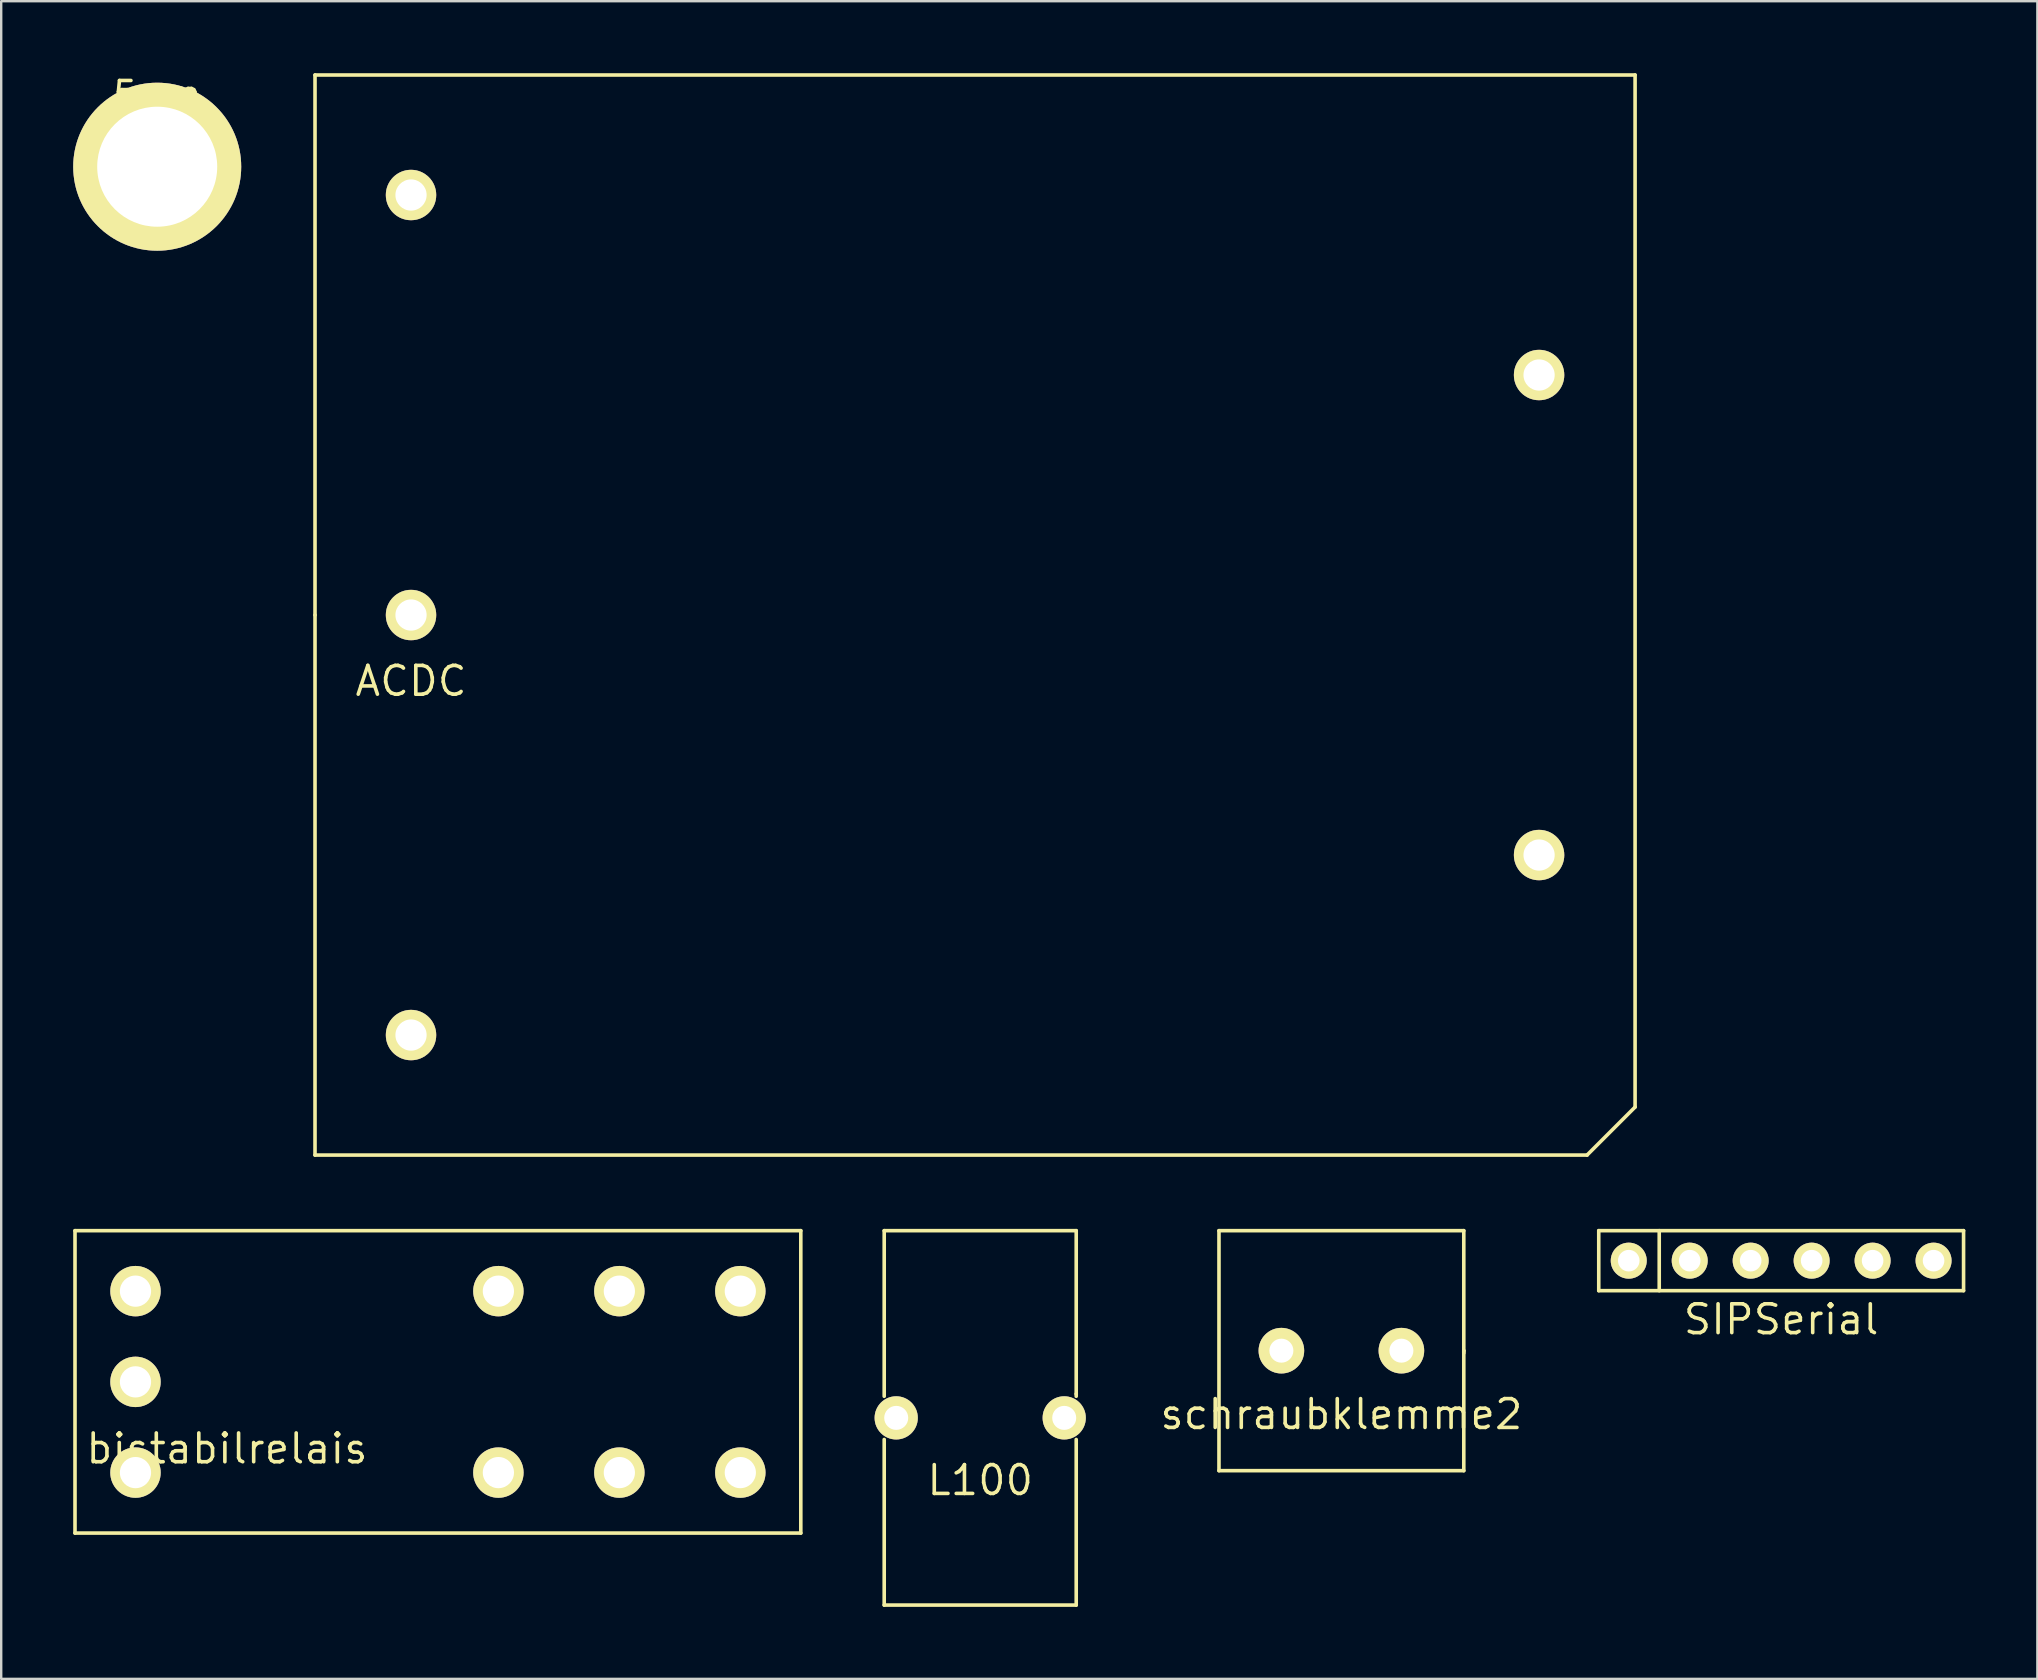
<source format=kicad_pcb>
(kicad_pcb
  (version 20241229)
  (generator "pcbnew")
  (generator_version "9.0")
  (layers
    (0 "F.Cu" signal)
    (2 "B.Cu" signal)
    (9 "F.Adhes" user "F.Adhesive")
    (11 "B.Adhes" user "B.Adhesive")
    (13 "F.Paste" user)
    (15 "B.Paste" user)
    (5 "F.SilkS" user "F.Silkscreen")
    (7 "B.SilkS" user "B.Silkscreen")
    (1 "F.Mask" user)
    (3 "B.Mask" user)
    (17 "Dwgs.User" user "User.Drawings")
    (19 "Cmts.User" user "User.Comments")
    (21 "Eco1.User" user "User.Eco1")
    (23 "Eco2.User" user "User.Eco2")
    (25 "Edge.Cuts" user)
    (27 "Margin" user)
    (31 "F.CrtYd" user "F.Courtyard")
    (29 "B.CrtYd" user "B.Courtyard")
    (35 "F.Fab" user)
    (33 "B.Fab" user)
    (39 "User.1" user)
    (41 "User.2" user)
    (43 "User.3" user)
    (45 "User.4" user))
  (footprint "bistabilrelais"
    (layer "F.Cu")
    (at 2.595 50.745)
    (property "Reference" "bistabilrelais" (at 3.81 6.56 0) (layer "F.SilkS") (effects (font (size 1.2 1.2) (thickness 0.15))))
    (attr through_hole)
    (fp_line (start -2.52 -2.52) (end 27.72 -2.52) (stroke (width 0.15) (type solid)) (layer "F.SilkS"))
    (fp_line (start -2.52 10.08) (end -2.52 -2.52) (stroke (width 0.15) (type solid)) (layer "F.SilkS"))
    (fp_line (start 27.72 -2.52) (end 27.72 10.08) (stroke (width 0.15) (type solid)) (layer "F.SilkS"))
    (fp_line (start 27.72 10.08) (end -2.52 10.08) (stroke (width 0.15) (type solid)) (layer "F.SilkS"))
    (pad "1" thru_hole circle (at 0 0) (size 2.1 2.1) (drill 1.3) (layers "*.Cu" "*.Mask" "F.SilkS"))
    (pad "2" thru_hole circle (at 0 3.78) (size 2.1 2.1) (drill 1.3) (layers "*.Cu" "*.Mask" "F.SilkS"))
    (pad "3" thru_hole circle (at 0 7.56) (size 2.1 2.1) (drill 1.3) (layers "*.Cu" "*.Mask" "F.SilkS"))
    (pad "4" thru_hole circle (at 15.12 7.56) (size 2.1 2.1) (drill 1.3) (layers "*.Cu" "*.Mask" "F.SilkS"))
    (pad "5" thru_hole circle (at 20.16 7.56) (size 2.1 2.1) (drill 1.3) (layers "*.Cu" "*.Mask" "F.SilkS"))
    (pad "6" thru_hole circle (at 25.2 7.56) (size 2.1 2.1) (drill 1.3) (layers "*.Cu" "*.Mask" "F.SilkS"))
    (pad "7" thru_hole circle (at 25.2 0) (size 2.1 2.1) (drill 1.3) (layers "*.Cu" "*.Mask" "F.SilkS"))
    (pad "8" thru_hole circle (at 20.16 0) (size 2.1 2.1) (drill 1.3) (layers "*.Cu" "*.Mask" "F.SilkS"))
    (pad "9" thru_hole circle (at 15.12 0) (size 2.1 2.1) (drill 1.3) (layers "*.Cu" "*.Mask" "F.SilkS")))
  (footprint "5mm"
    (layer "F.Cu")
    (at 3.5 3.896)
    (property "Reference" "5mm" (at 0 -3.048 0) (layer "F.SilkS") (effects (font (size 1 1) (thickness 0.15))))
    (attr through_hole)
    (fp_circle (center 0 0) (end 0 -2.286) (stroke (width 0.15) (type solid)) (fill no) (layer "F.SilkS"))
    (pad "1" thru_hole circle (at 0 0) (size 7 7) (drill 5) (layers "*.Cu" "*.Mask" "F.SilkS")))
  (footprint "schraubklemme2"
    (layer "F.Cu")
    (at 52.838 53.225)
    (property "Reference" "schraubklemme2" (at 0 2.65 0) (layer "F.SilkS") (effects (font (size 1.2 1.2) (thickness 0.15))))
    (attr through_hole)
    (fp_line (start -5.1 -5) (end -5.1 5) (stroke (width 0.15) (type solid)) (layer "F.SilkS"))
    (fp_line (start -5.1 5) (end 5.1 5) (stroke (width 0.15) (type solid)) (layer "F.SilkS"))
    (fp_line (start 5.1 -5) (end -5.1 -5) (stroke (width 0.15) (type solid)) (layer "F.SilkS"))
    (fp_line (start 5.1 0) (end 5.1 -5) (stroke (width 0.15) (type solid)) (layer "F.SilkS"))
    (fp_line (start 5.1 0) (end 5.1 0.1) (stroke (width 0.15) (type solid)) (layer "F.SilkS"))
    (fp_line (start 5.1 5) (end 5.1 0) (stroke (width 0.15) (type solid)) (layer "F.SilkS"))
    (pad "1" thru_hole circle (at -2.5 0) (size 1.9 1.9) (drill 1) (layers "*.Cu" "*.Mask" "F.SilkS"))
    (pad "2" thru_hole circle (at 2.5 0) (size 1.9 1.9) (drill 1) (layers "*.Cu" "*.Mask" "F.SilkS")))
  (footprint "L100"
    (layer "F.Cu")
    (at 37.79 56.025)
    (property "Reference" "L100" (at 0 2.6 0) (layer "F.SilkS") (effects (font (size 1.2 1.2) (thickness 0.15))))
    (attr through_hole)
    (fp_line (start -4 -7.8) (end 4 -7.8) (stroke (width 0.15) (type solid)) (layer "F.SilkS"))
    (fp_line (start -4 -0.9) (end -4 -7.8) (stroke (width 0.15) (type solid)) (layer "F.SilkS"))
    (fp_line (start -4 7.8) (end -4 0.9) (stroke (width 0.15) (type solid)) (layer "F.SilkS"))
    (fp_line (start 4 -7.8) (end 4 -1) (stroke (width 0.15) (type solid)) (layer "F.SilkS"))
    (fp_line (start 4 -1) (end 4 -0.9) (stroke (width 0.15) (type solid)) (layer "F.SilkS"))
    (fp_line (start 4 0.9) (end 4 7.8) (stroke (width 0.15) (type solid)) (layer "F.SilkS"))
    (fp_line (start 4 7.8) (end -4 7.8) (stroke (width 0.15) (type solid)) (layer "F.SilkS"))
    (pad "1" thru_hole circle (at -3.5 0) (size 1.8 1.8) (drill 1) (layers "*.Cu" "*.Mask" "F.SilkS"))
    (pad "2" thru_hole circle (at 3.5 0) (size 1.8 1.8) (drill 1) (layers "*.Cu" "*.Mask" "F.SilkS")))
  (footprint "ACDC"
    (layer "F.Cu")
    (at 14.075 22.575)
    (property "Reference" "ACDC" (at 0 2.75 0) (layer "F.SilkS") (effects (font (size 1.2 1.2) (thickness 0.15))))
    (attr through_hole)
    (fp_line (start -4 -22.5) (end 51 -22.5) (stroke (width 0.15) (type solid)) (layer "F.SilkS"))
    (fp_line (start -4 0) (end -4 -22.5) (stroke (width 0.15) (type solid)) (layer "F.SilkS"))
    (fp_line (start -4 22.5) (end -4 0) (stroke (width 0.15) (type solid)) (layer "F.SilkS"))
    (fp_line (start -4 22.5) (end 49 22.5) (stroke (width 0.15) (type solid)) (layer "F.SilkS"))
    (fp_line (start 51 20.5) (end 49 22.5) (stroke (width 0.15) (type solid)) (layer "F.SilkS"))
    (fp_line (start 51 20.5) (end 51 -22.5) (stroke (width 0.15) (type solid)) (layer "F.SilkS"))
    (pad "1" thru_hole circle (at 0 17.5) (size 2.1 2.1) (drill 1.3) (layers "*.Cu" "*.Mask" "F.SilkS"))
    (pad "2" thru_hole circle (at 0 0) (size 2.1 2.1) (drill 1.3) (layers "*.Cu" "*.Mask" "F.SilkS"))
    (pad "3" thru_hole circle (at 47 10) (size 2.1 2.1) (drill 1.3) (layers "*.Cu" "*.Mask" "F.SilkS"))
    (pad "4" thru_hole circle (at 47 -10) (size 2.1 2.1) (drill 1.3) (layers "*.Cu" "*.Mask" "F.SilkS"))
    (pad "5" thru_hole circle (at 0 -17.5) (size 2.1 2.1) (drill 1.3) (layers "*.Cu" "*.Mask" "F.SilkS")))
  (footprint "SIPSerial"
    (layer "F.Cu")
    (at 64.811 49.475)
    (property "Reference" "SIPSerial" (at 6.35 2.45 0) (layer "F.SilkS") (effects (font (size 1.2 1.2) (thickness 0.15))))
    (attr through_hole)
    (fp_line (start -1.25 -1.25) (end 13.95 -1.25) (stroke (width 0.15) (type solid)) (layer "F.SilkS"))
    (fp_line (start -1.25 1.25) (end -1.25 -1.25) (stroke (width 0.15) (type solid)) (layer "F.SilkS"))
    (fp_line (start 1.27 -1.25) (end 1.27 1.25) (stroke (width 0.15) (type solid)) (layer "F.SilkS"))
    (fp_line (start 13.95 -1.25) (end 13.95 1.25) (stroke (width 0.15) (type solid)) (layer "F.SilkS"))
    (fp_line (start 13.95 1.25) (end -1.25 1.25) (stroke (width 0.15) (type solid)) (layer "F.SilkS"))
    (pad "1" thru_hole circle (at 0 0) (size 1.5 1.5) (drill 0.9) (layers "*.Cu" "*.Mask" "F.SilkS"))
    (pad "2" thru_hole circle (at 2.54 0) (size 1.5 1.5) (drill 0.9) (layers "*.Cu" "*.Mask" "F.SilkS"))
    (pad "3" thru_hole circle (at 5.08 0) (size 1.5 1.5) (drill 0.9) (layers "*.Cu" "*.Mask" "F.SilkS"))
    (pad "4" thru_hole circle (at 7.62 0) (size 1.5 1.5) (drill 0.9) (layers "*.Cu" "*.Mask" "F.SilkS"))
    (pad "5" thru_hole circle (at 10.16 0) (size 1.5 1.5) (drill 0.9) (layers "*.Cu" "*.Mask" "F.SilkS"))
    (pad "6" thru_hole circle (at 12.7 0) (size 1.5 1.5) (drill 0.9) (layers "*.Cu" "*.Mask" "F.SilkS")))
  (gr_rect
    (start -3 -3)
    (end 81.836 66.9)
    (stroke (width 0.1) (type default))
    (fill no)
    (layer "Edge.Cuts")))
</source>
